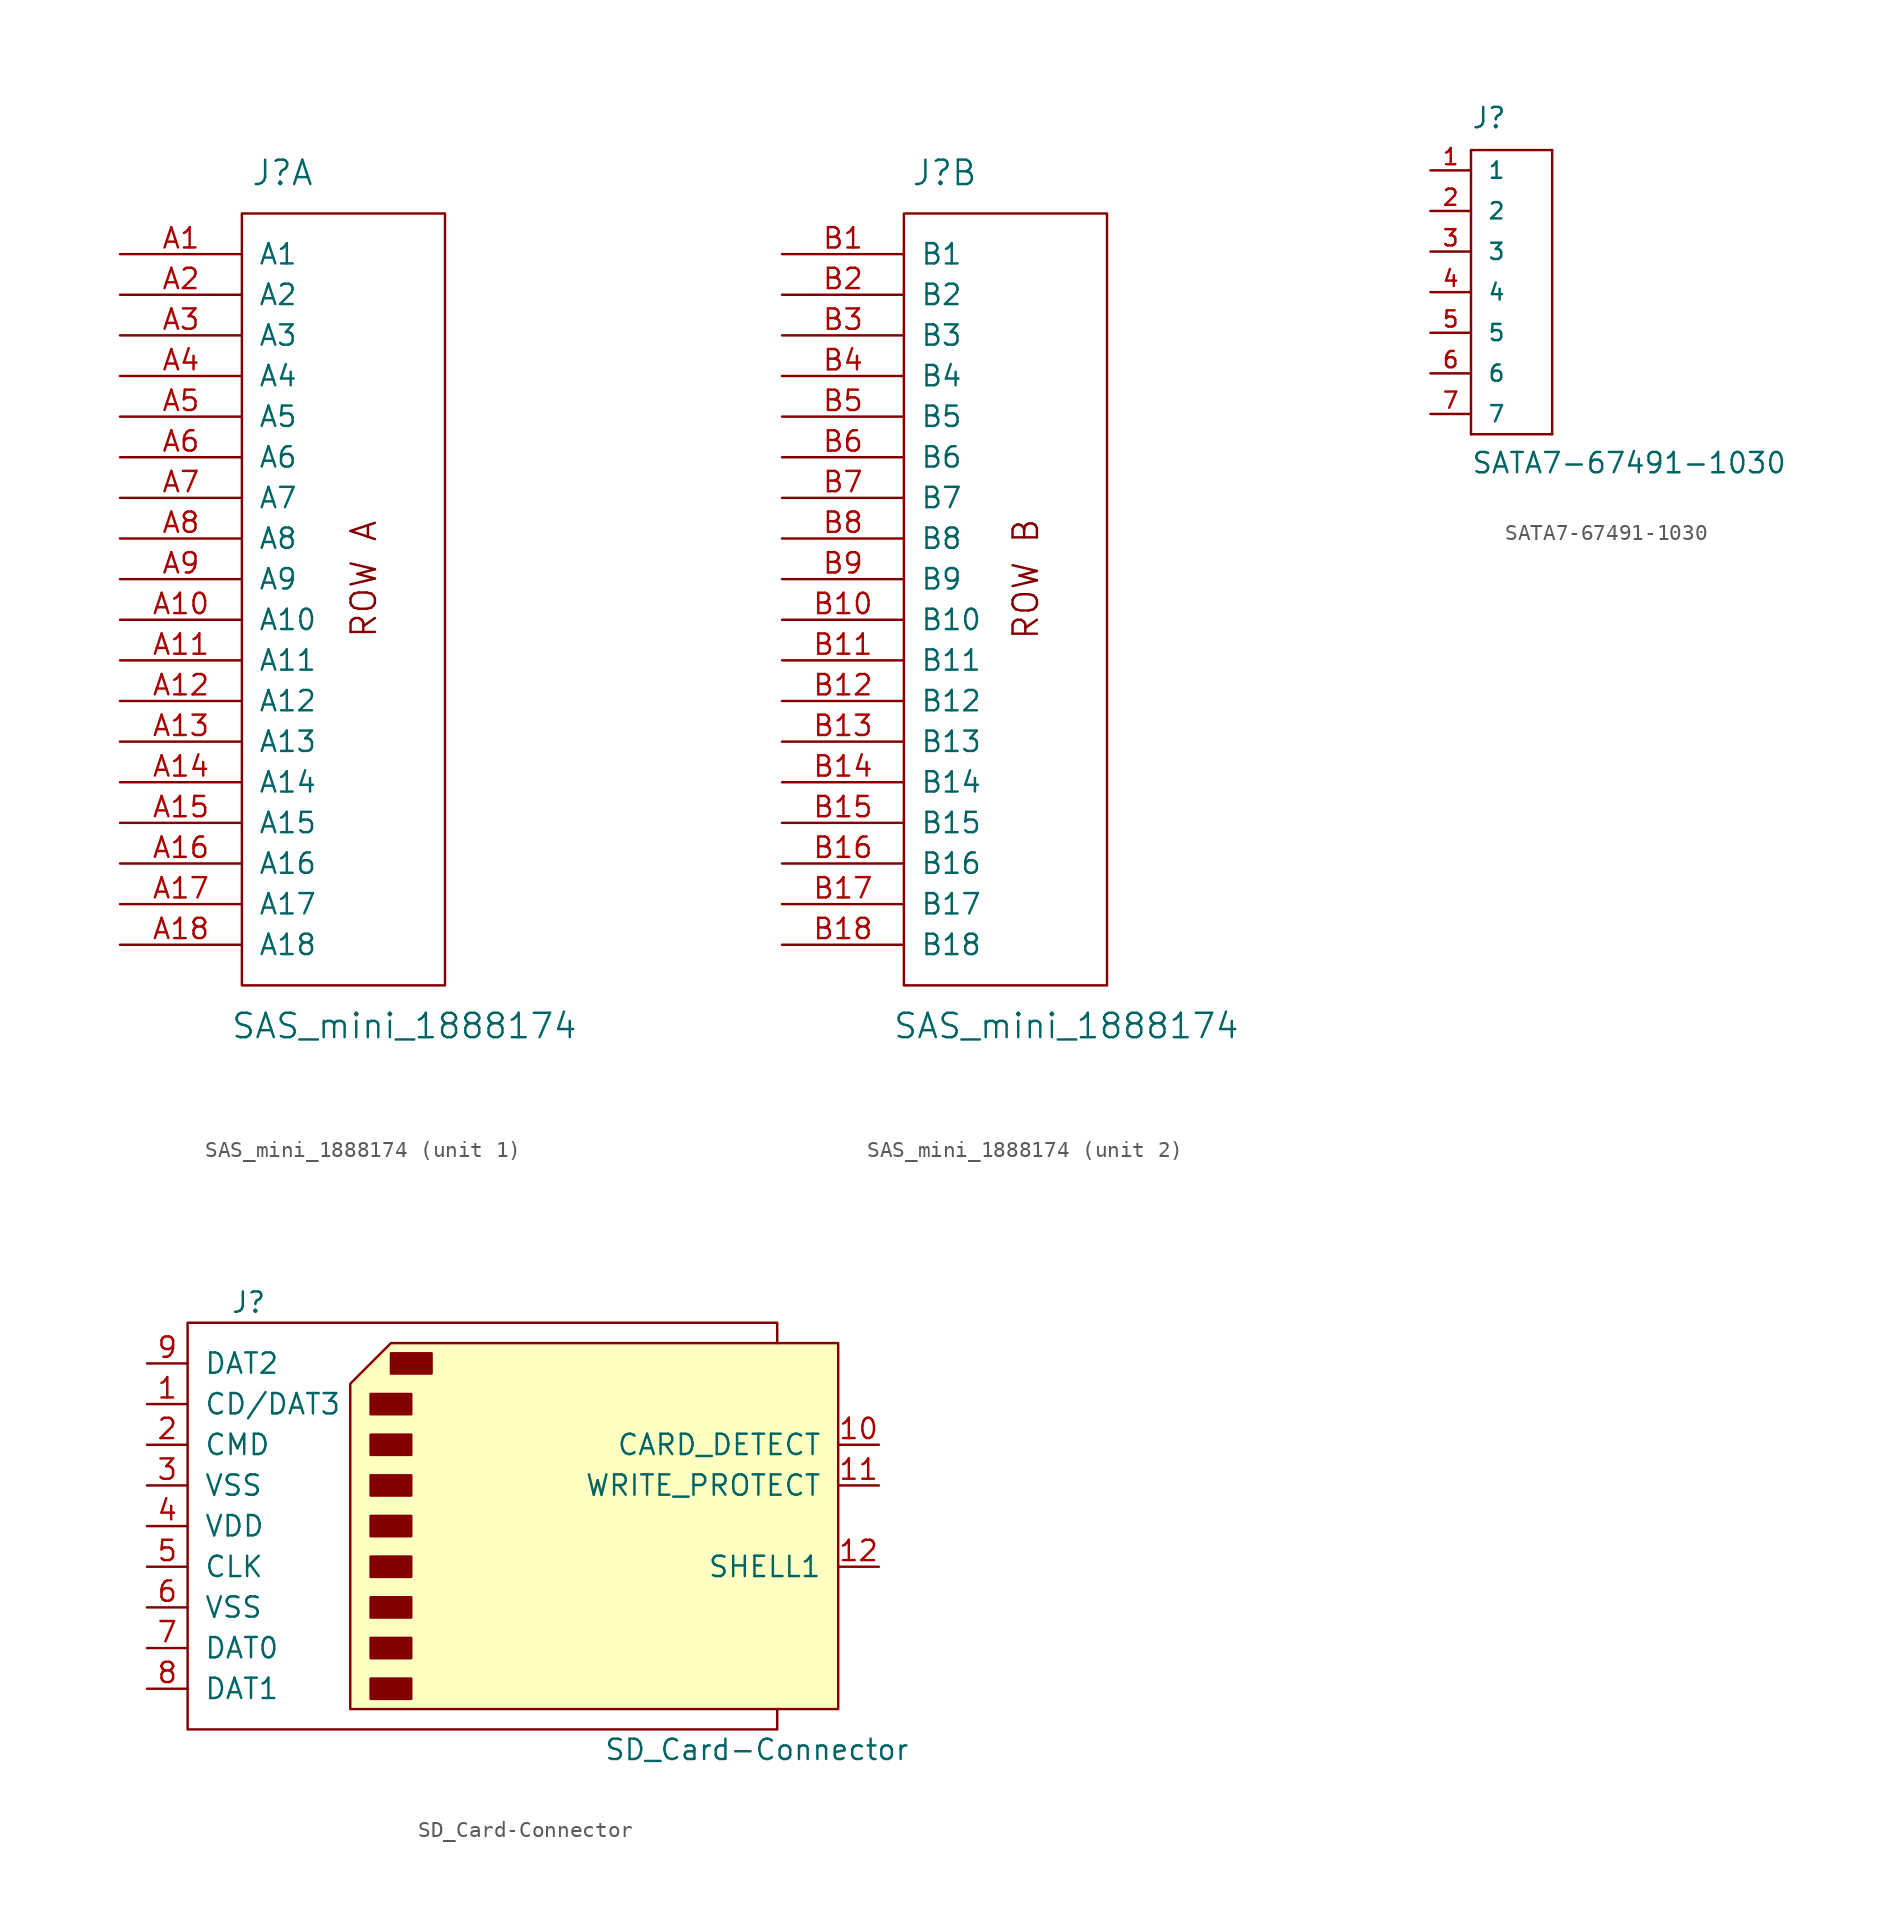
<source format=kicad_sym>
(kicad_symbol_lib
  (version 20220914)
  (generator kicad_symbol_editor)
  (symbol "SAS_mini_1888174"
    (pin_names
      (offset 1.016))
    (property "Reference" "J"
      (at -10.16 43.18 0)
      (effects (font (size 1.524 1.524))))
    (property "Value" "SAS_mini_1888174"
      (at -2.54 -10.16 0)
      (effects (font (size 1.524 1.524))))
    (property "Footprint" ""
      (at 10.16 -1.27 0)
      (effects (font (size 1.524 1.524))))
    (property "Datasheet" ""
      (at 10.16 -1.27 0)
      (effects (font (size 1.524 1.524))))
    (property "ki_locked" ""
      (at 0 0 0)
      (effects (font (size 1.27 1.27))))
    (symbol "SAS_mini_1888174_0_1"
      (rectangle (start -12.7 40.64) (end 0 -7.62) (stroke (width 0) (type default)) (fill (type none))))
    (symbol "SAS_mini_1888174_1_1"
      (text "ROW A" (at -5.08 17.78 900) (effects (font (size 1.524 1.524))))
      (pin bidirectional line (at -20.32 38.1 0) (length 7.62) (name "A1" (effects (font (size 1.27 1.27)))) (number "A1" (effects (font (size 1.27 1.27)))))
      (pin bidirectional line (at -20.32 15.24 0) (length 7.62) (name "A10" (effects (font (size 1.27 1.27)))) (number "A10" (effects (font (size 1.27 1.27)))))
      (pin bidirectional line (at -20.32 12.7 0) (length 7.62) (name "A11" (effects (font (size 1.27 1.27)))) (number "A11" (effects (font (size 1.27 1.27)))))
      (pin bidirectional line (at -20.32 10.16 0) (length 7.62) (name "A12" (effects (font (size 1.27 1.27)))) (number "A12" (effects (font (size 1.27 1.27)))))
      (pin bidirectional line (at -20.32 7.62 0) (length 7.62) (name "A13" (effects (font (size 1.27 1.27)))) (number "A13" (effects (font (size 1.27 1.27)))))
      (pin bidirectional line (at -20.32 5.08 0) (length 7.62) (name "A14" (effects (font (size 1.27 1.27)))) (number "A14" (effects (font (size 1.27 1.27)))))
      (pin bidirectional line (at -20.32 2.54 0) (length 7.62) (name "A15" (effects (font (size 1.27 1.27)))) (number "A15" (effects (font (size 1.27 1.27)))))
      (pin bidirectional line (at -20.32 0 0) (length 7.62) (name "A16" (effects (font (size 1.27 1.27)))) (number "A16" (effects (font (size 1.27 1.27)))))
      (pin bidirectional line (at -20.32 -2.54 0) (length 7.62) (name "A17" (effects (font (size 1.27 1.27)))) (number "A17" (effects (font (size 1.27 1.27)))))
      (pin bidirectional line (at -20.32 -5.08 0) (length 7.62) (name "A18" (effects (font (size 1.27 1.27)))) (number "A18" (effects (font (size 1.27 1.27)))))
      (pin bidirectional line (at -20.32 35.56 0) (length 7.62) (name "A2" (effects (font (size 1.27 1.27)))) (number "A2" (effects (font (size 1.27 1.27)))))
      (pin bidirectional line (at -20.32 33.02 0) (length 7.62) (name "A3" (effects (font (size 1.27 1.27)))) (number "A3" (effects (font (size 1.27 1.27)))))
      (pin bidirectional line (at -20.32 30.48 0) (length 7.62) (name "A4" (effects (font (size 1.27 1.27)))) (number "A4" (effects (font (size 1.27 1.27)))))
      (pin bidirectional line (at -20.32 27.94 0) (length 7.62) (name "A5" (effects (font (size 1.27 1.27)))) (number "A5" (effects (font (size 1.27 1.27)))))
      (pin bidirectional line (at -20.32 25.4 0) (length 7.62) (name "A6" (effects (font (size 1.27 1.27)))) (number "A6" (effects (font (size 1.27 1.27)))))
      (pin bidirectional line (at -20.32 22.86 0) (length 7.62) (name "A7" (effects (font (size 1.27 1.27)))) (number "A7" (effects (font (size 1.27 1.27)))))
      (pin bidirectional line (at -20.32 20.32 0) (length 7.62) (name "A8" (effects (font (size 1.27 1.27)))) (number "A8" (effects (font (size 1.27 1.27)))))
      (pin bidirectional line (at -20.32 17.78 0) (length 7.62) (name "A9" (effects (font (size 1.27 1.27)))) (number "A9" (effects (font (size 1.27 1.27))))))
    (symbol "SAS_mini_1888174_2_1"
      (text "ROW B" (at -5.08 17.78 900) (effects (font (size 1.524 1.524))))
      (pin bidirectional line (at -20.32 38.1 0) (length 7.62) (name "B1" (effects (font (size 1.27 1.27)))) (number "B1" (effects (font (size 1.27 1.27)))))
      (pin bidirectional line (at -20.32 15.24 0) (length 7.62) (name "B10" (effects (font (size 1.27 1.27)))) (number "B10" (effects (font (size 1.27 1.27)))))
      (pin bidirectional line (at -20.32 12.7 0) (length 7.62) (name "B11" (effects (font (size 1.27 1.27)))) (number "B11" (effects (font (size 1.27 1.27)))))
      (pin bidirectional line (at -20.32 10.16 0) (length 7.62) (name "B12" (effects (font (size 1.27 1.27)))) (number "B12" (effects (font (size 1.27 1.27)))))
      (pin bidirectional line (at -20.32 7.62 0) (length 7.62) (name "B13" (effects (font (size 1.27 1.27)))) (number "B13" (effects (font (size 1.27 1.27)))))
      (pin bidirectional line (at -20.32 5.08 0) (length 7.62) (name "B14" (effects (font (size 1.27 1.27)))) (number "B14" (effects (font (size 1.27 1.27)))))
      (pin bidirectional line (at -20.32 2.54 0) (length 7.62) (name "B15" (effects (font (size 1.27 1.27)))) (number "B15" (effects (font (size 1.27 1.27)))))
      (pin bidirectional line (at -20.32 0 0) (length 7.62) (name "B16" (effects (font (size 1.27 1.27)))) (number "B16" (effects (font (size 1.27 1.27)))))
      (pin bidirectional line (at -20.32 -2.54 0) (length 7.62) (name "B17" (effects (font (size 1.27 1.27)))) (number "B17" (effects (font (size 1.27 1.27)))))
      (pin bidirectional line (at -20.32 -5.08 0) (length 7.62) (name "B18" (effects (font (size 1.27 1.27)))) (number "B18" (effects (font (size 1.27 1.27)))))
      (pin bidirectional line (at -20.32 35.56 0) (length 7.62) (name "B2" (effects (font (size 1.27 1.27)))) (number "B2" (effects (font (size 1.27 1.27)))))
      (pin bidirectional line (at -20.32 33.02 0) (length 7.62) (name "B3" (effects (font (size 1.27 1.27)))) (number "B3" (effects (font (size 1.27 1.27)))))
      (pin bidirectional line (at -20.32 30.48 0) (length 7.62) (name "B4" (effects (font (size 1.27 1.27)))) (number "B4" (effects (font (size 1.27 1.27)))))
      (pin bidirectional line (at -20.32 27.94 0) (length 7.62) (name "B5" (effects (font (size 1.27 1.27)))) (number "B5" (effects (font (size 1.27 1.27)))))
      (pin bidirectional line (at -20.32 25.4 0) (length 7.62) (name "B6" (effects (font (size 1.27 1.27)))) (number "B6" (effects (font (size 1.27 1.27)))))
      (pin bidirectional line (at -20.32 22.86 0) (length 7.62) (name "B7" (effects (font (size 1.27 1.27)))) (number "B7" (effects (font (size 1.27 1.27)))))
      (pin bidirectional line (at -20.32 20.32 0) (length 7.62) (name "B8" (effects (font (size 1.27 1.27)))) (number "B8" (effects (font (size 1.27 1.27)))))
      (pin bidirectional line (at -20.32 17.78 0) (length 7.62) (name "B9" (effects (font (size 1.27 1.27)))) (number "B9" (effects (font (size 1.27 1.27)))))))
  (symbol "SATA7-67491-1030"
    (pin_names
      (offset 1.016))
    (property "Reference" "J"
      (at -2.54 10.16 0)
      (effects (font (size 1.27 1.27)) (justify left bottom)))
    (property "Value" "SATA7-67491-1030"
      (at -2.54 -11.43 0)
      (effects (font (size 1.27 1.27)) (justify left bottom)))
    (property "Datasheet" ""
      (at 0 0 0)
      (effects (font (size 1.524 1.524))))
    (symbol "SATA7-67491-1030_1_0"
      (polyline (pts (xy -2.54 -8.89) (xy 2.54 -8.89)) (stroke (width 0) (type default)) (fill (type none)))
      (polyline (pts (xy -2.54 8.89) (xy -2.54 -8.89)) (stroke (width 0) (type default)) (fill (type none)))
      (polyline (pts (xy 2.54 -8.89) (xy 2.54 8.89)) (stroke (width 0) (type default)) (fill (type none)))
      (polyline (pts (xy 2.54 8.89) (xy -2.54 8.89)) (stroke (width 0) (type default)) (fill (type none))))
    (symbol "SATA7-67491-1030_1_1"
      (pin passive line (at -5.08 7.62 0) (length 2.54) (name "1" (effects (font (size 1.016 1.016)))) (number "1" (effects (font (size 1.016 1.016)))))
      (pin passive line (at -5.08 5.08 0) (length 2.54) (name "2" (effects (font (size 1.016 1.016)))) (number "2" (effects (font (size 1.016 1.016)))))
      (pin passive line (at -5.08 2.54 0) (length 2.54) (name "3" (effects (font (size 1.016 1.016)))) (number "3" (effects (font (size 1.016 1.016)))))
      (pin passive line (at -5.08 0 0) (length 2.54) (name "4" (effects (font (size 1.016 1.016)))) (number "4" (effects (font (size 1.016 1.016)))))
      (pin passive line (at -5.08 -2.54 0) (length 2.54) (name "5" (effects (font (size 1.016 1.016)))) (number "5" (effects (font (size 1.016 1.016)))))
      (pin passive line (at -5.08 -5.08 0) (length 2.54) (name "6" (effects (font (size 1.016 1.016)))) (number "6" (effects (font (size 1.016 1.016)))))
      (pin passive line (at -5.08 -7.62 0) (length 2.54) (name "7" (effects (font (size 1.016 1.016)))) (number "7" (effects (font (size 1.016 1.016)))))))
  (symbol "SD_Card-Connector"
    (pin_names
      (offset 1.016))
    (property "Reference" "J"
      (at -16.51 13.97 0)
      (effects (font (size 1.27 1.27))))
    (property "Value" "SD_Card-Connector"
      (at 15.24 -13.97 0)
      (effects (font (size 1.27 1.27))))
    (symbol "SD_Card-Connector_0_1"
      (rectangle (start -8.89 -9.525) (end -6.35 -10.795) (stroke (width 0) (type default)) (fill (type outline)))
      (rectangle (start -8.89 -6.985) (end -6.35 -8.255) (stroke (width 0) (type default)) (fill (type outline)))
      (rectangle (start -8.89 -4.445) (end -6.35 -5.715) (stroke (width 0) (type default)) (fill (type outline)))
      (rectangle (start -8.89 -1.905) (end -6.35 -3.175) (stroke (width 0) (type default)) (fill (type outline)))
      (rectangle (start -8.89 0.635) (end -6.35 -0.635) (stroke (width 0) (type default)) (fill (type outline)))
      (rectangle (start -8.89 3.175) (end -6.35 1.905) (stroke (width 0) (type default)) (fill (type outline)))
      (rectangle (start -8.89 5.715) (end -6.35 4.445) (stroke (width 0) (type default)) (fill (type outline)))
      (rectangle (start -8.89 8.255) (end -6.35 6.985) (stroke (width 0) (type default)) (fill (type outline)))
      (rectangle (start -7.62 10.795) (end -5.08 9.525) (stroke (width 0) (type default)) (fill (type outline)))
      (polyline (pts (xy -10.16 8.89) (xy -7.62 11.43) (xy 20.32 11.43) (xy 20.32 -11.43) (xy -10.16 -11.43) (xy -10.16 8.89)) (stroke (width 0) (type default)) (fill (type background)))
      (polyline (pts (xy 16.51 11.43) (xy 16.51 12.7) (xy -20.32 12.7) (xy -20.32 -12.7) (xy 16.51 -12.7) (xy 16.51 -11.43)) (stroke (width 0) (type default)) (fill (type none))))
    (symbol "SD_Card-Connector_1_1"
      (pin input line (at -22.86 7.62 0) (length 2.54) (name "CD/DAT3" (effects (font (size 1.27 1.27)))) (number "1" (effects (font (size 1.27 1.27)))))
      (pin input line (at 22.86 5.08 180) (length 2.54) (name "CARD_DETECT" (effects (font (size 1.27 1.27)))) (number "10" (effects (font (size 1.27 1.27)))))
      (pin input line (at 22.86 2.54 180) (length 2.54) (name "WRITE_PROTECT" (effects (font (size 1.27 1.27)))) (number "11" (effects (font (size 1.27 1.27)))))
      (pin input line (at 22.86 -2.54 180) (length 2.54) (name "SHELL1" (effects (font (size 1.27 1.27)))) (number "12" (effects (font (size 1.27 1.27)))))
      (pin input line (at -22.86 5.08 0) (length 2.54) (name "CMD" (effects (font (size 1.27 1.27)))) (number "2" (effects (font (size 1.27 1.27)))))
      (pin input line (at -22.86 2.54 0) (length 2.54) (name "VSS" (effects (font (size 1.27 1.27)))) (number "3" (effects (font (size 1.27 1.27)))))
      (pin input line (at -22.86 0 0) (length 2.54) (name "VDD" (effects (font (size 1.27 1.27)))) (number "4" (effects (font (size 1.27 1.27)))))
      (pin input line (at -22.86 -2.54 0) (length 2.54) (name "CLK" (effects (font (size 1.27 1.27)))) (number "5" (effects (font (size 1.27 1.27)))))
      (pin input line (at -22.86 -5.08 0) (length 2.54) (name "VSS" (effects (font (size 1.27 1.27)))) (number "6" (effects (font (size 1.27 1.27)))))
      (pin input line (at -22.86 -7.62 0) (length 2.54) (name "DAT0" (effects (font (size 1.27 1.27)))) (number "7" (effects (font (size 1.27 1.27)))))
      (pin input line (at -22.86 -10.16 0) (length 2.54) (name "DAT1" (effects (font (size 1.27 1.27)))) (number "8" (effects (font (size 1.27 1.27)))))
      (pin input line (at -22.86 10.16 0) (length 2.54) (name "DAT2" (effects (font (size 1.27 1.27)))) (number "9" (effects (font (size 1.27 1.27))))))))
</source>
